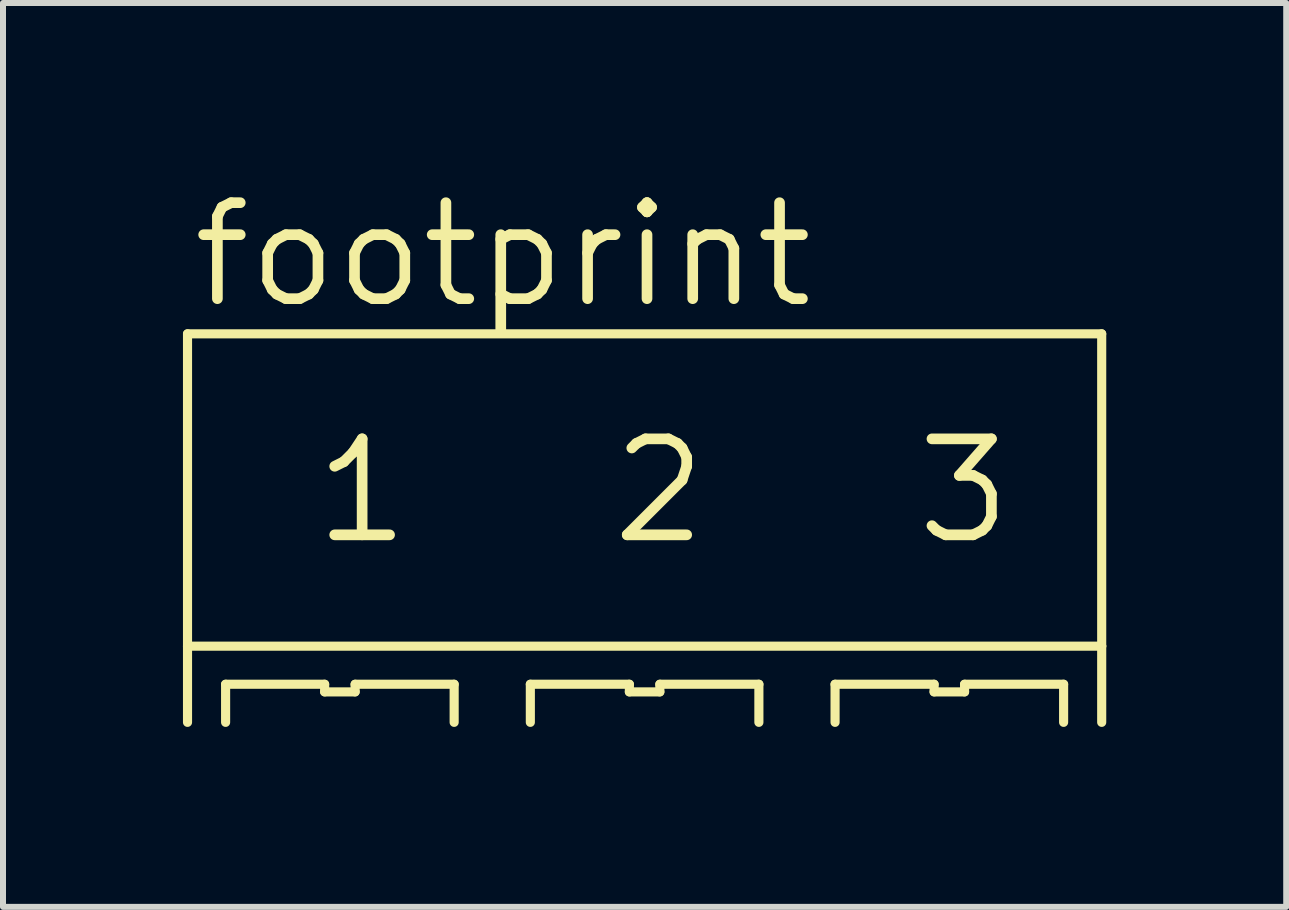
<source format=kicad_pcb>
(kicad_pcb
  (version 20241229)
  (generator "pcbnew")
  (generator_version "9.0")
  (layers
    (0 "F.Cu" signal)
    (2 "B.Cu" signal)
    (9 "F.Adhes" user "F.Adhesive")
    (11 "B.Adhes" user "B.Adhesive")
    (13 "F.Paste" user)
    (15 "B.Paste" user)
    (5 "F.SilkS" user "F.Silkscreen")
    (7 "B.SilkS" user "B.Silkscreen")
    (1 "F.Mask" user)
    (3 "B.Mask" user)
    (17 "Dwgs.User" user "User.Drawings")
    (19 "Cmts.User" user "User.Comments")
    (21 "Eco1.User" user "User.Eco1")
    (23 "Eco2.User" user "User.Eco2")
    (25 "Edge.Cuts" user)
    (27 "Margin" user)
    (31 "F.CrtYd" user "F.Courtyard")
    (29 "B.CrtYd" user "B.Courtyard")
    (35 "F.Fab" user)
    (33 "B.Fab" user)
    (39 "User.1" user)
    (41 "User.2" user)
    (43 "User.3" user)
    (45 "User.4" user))
  (footprint "footprint"
    (layer "F.Cu")
    (at 7.696 6.071)
    (property "Reference" "footprint" (at -7.62 -3.937 0) (layer "F.SilkS") (effects (font (size 1.6 1.6) (thickness 0.178)) (justify left bottom)))
    (fp_line (start -7.62 -3.556) (end 7.62 -3.556) (stroke (width 0.152) (type solid)) (layer "F.SilkS"))
    (fp_line (start -7.62 1.651) (end -7.62 -3.556) (stroke (width 0.152) (type solid)) (layer "F.SilkS"))
    (fp_line (start -7.62 1.651) (end 7.62 1.651) (stroke (width 0.152) (type solid)) (layer "F.SilkS"))
    (fp_line (start -7.62 2.921) (end -7.62 1.651) (stroke (width 0.152) (type solid)) (layer "F.SilkS"))
    (fp_line (start -6.985 2.286) (end -6.985 2.921) (stroke (width 0.152) (type solid)) (layer "F.SilkS"))
    (fp_line (start -5.334 2.286) (end -6.985 2.286) (stroke (width 0.152) (type solid)) (layer "F.SilkS"))
    (fp_line (start -5.334 2.413) (end -5.334 2.286) (stroke (width 0.152) (type solid)) (layer "F.SilkS"))
    (fp_line (start -4.826 2.286) (end -4.826 2.413) (stroke (width 0.152) (type solid)) (layer "F.SilkS"))
    (fp_line (start -4.826 2.413) (end -5.334 2.413) (stroke (width 0.152) (type solid)) (layer "F.SilkS"))
    (fp_line (start -3.175 2.286) (end -4.826 2.286) (stroke (width 0.152) (type solid)) (layer "F.SilkS"))
    (fp_line (start -3.175 2.921) (end -3.175 2.286) (stroke (width 0.152) (type solid)) (layer "F.SilkS"))
    (fp_line (start -1.905 2.286) (end -1.905 2.921) (stroke (width 0.152) (type solid)) (layer "F.SilkS"))
    (fp_line (start -0.254 2.286) (end -1.905 2.286) (stroke (width 0.152) (type solid)) (layer "F.SilkS"))
    (fp_line (start -0.254 2.413) (end -0.254 2.286) (stroke (width 0.152) (type solid)) (layer "F.SilkS"))
    (fp_line (start 0.254 2.286) (end 0.254 2.413) (stroke (width 0.152) (type solid)) (layer "F.SilkS"))
    (fp_line (start 0.254 2.413) (end -0.254 2.413) (stroke (width 0.152) (type solid)) (layer "F.SilkS"))
    (fp_line (start 1.905 2.286) (end 0.254 2.286) (stroke (width 0.152) (type solid)) (layer "F.SilkS"))
    (fp_line (start 1.905 2.921) (end 1.905 2.286) (stroke (width 0.152) (type solid)) (layer "F.SilkS"))
    (fp_line (start 3.175 2.286) (end 3.175 2.921) (stroke (width 0.152) (type solid)) (layer "F.SilkS"))
    (fp_line (start 4.826 2.286) (end 3.175 2.286) (stroke (width 0.152) (type solid)) (layer "F.SilkS"))
    (fp_line (start 4.826 2.413) (end 4.826 2.286) (stroke (width 0.152) (type solid)) (layer "F.SilkS"))
    (fp_line (start 5.334 2.286) (end 5.334 2.413) (stroke (width 0.152) (type solid)) (layer "F.SilkS"))
    (fp_line (start 5.334 2.413) (end 4.826 2.413) (stroke (width 0.152) (type solid)) (layer "F.SilkS"))
    (fp_line (start 6.985 2.286) (end 5.334 2.286) (stroke (width 0.152) (type solid)) (layer "F.SilkS"))
    (fp_line (start 6.985 2.921) (end 6.985 2.286) (stroke (width 0.152) (type solid)) (layer "F.SilkS"))
    (fp_line (start 7.62 -3.556) (end 7.62 1.651) (stroke (width 0.152) (type solid)) (layer "F.SilkS"))
    (fp_line (start 7.62 1.651) (end 7.62 2.921) (stroke (width 0.152) (type solid)) (layer "F.SilkS"))
    (fp_text user "3" (at 4.445 0 0) (layer "F.SilkS") (effects (font (size 1.6 1.6) (thickness 0.178)) (justify left bottom)))
    (fp_text user "1" (at -5.588 0 0) (layer "F.SilkS") (effects (font (size 1.6 1.6) (thickness 0.178)) (justify left bottom)))
    (fp_text user "2" (at -0.635 0 0) (layer "F.SilkS") (effects (font (size 1.6 1.6) (thickness 0.178)) (justify left bottom))))
  (gr_rect
    (start -3 -3)
    (end 18.392 12.068)
    (stroke (width 0.1) (type default))
    (fill no)
    (layer "Edge.Cuts")))
</source>
